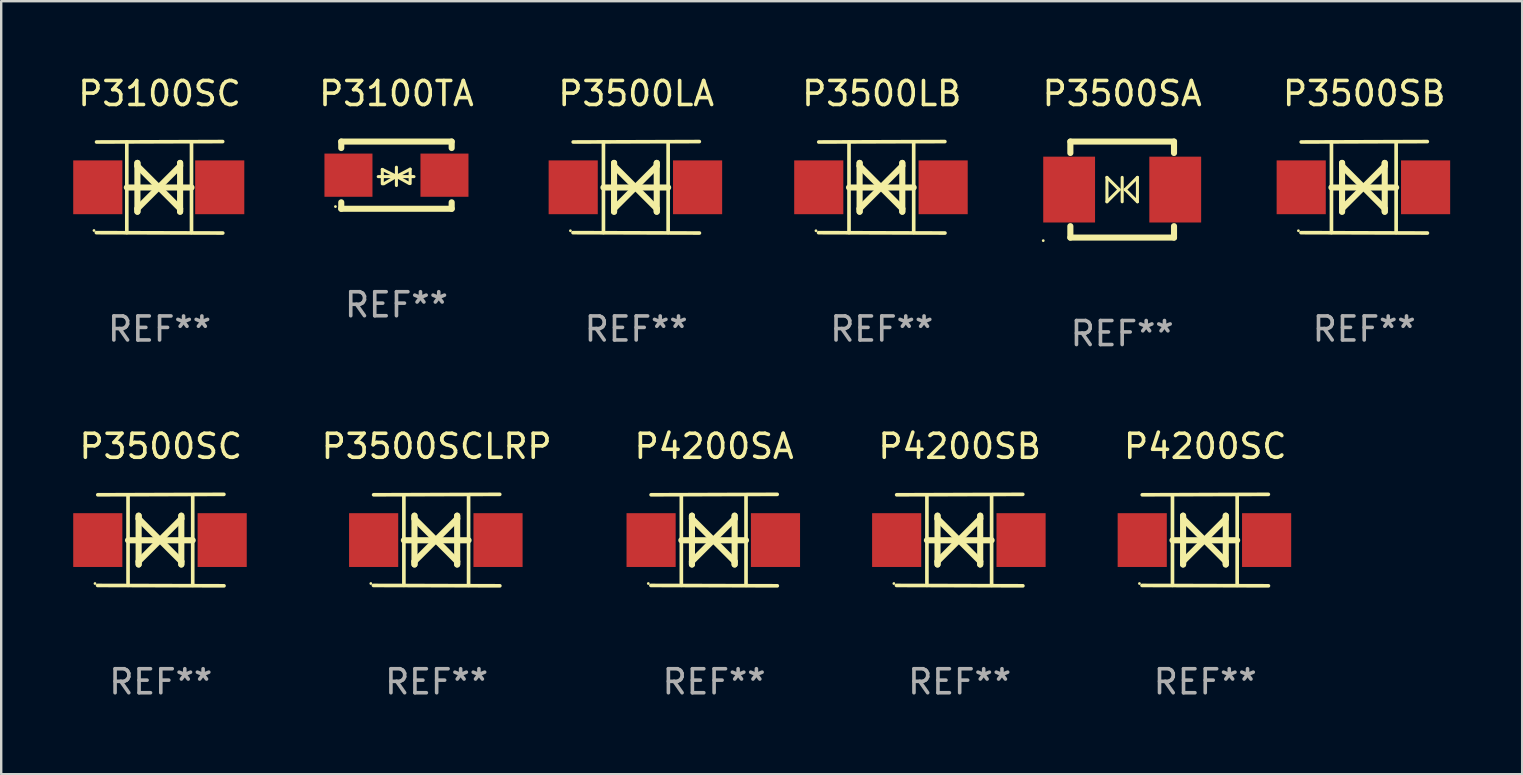
<source format=kicad_pcb>
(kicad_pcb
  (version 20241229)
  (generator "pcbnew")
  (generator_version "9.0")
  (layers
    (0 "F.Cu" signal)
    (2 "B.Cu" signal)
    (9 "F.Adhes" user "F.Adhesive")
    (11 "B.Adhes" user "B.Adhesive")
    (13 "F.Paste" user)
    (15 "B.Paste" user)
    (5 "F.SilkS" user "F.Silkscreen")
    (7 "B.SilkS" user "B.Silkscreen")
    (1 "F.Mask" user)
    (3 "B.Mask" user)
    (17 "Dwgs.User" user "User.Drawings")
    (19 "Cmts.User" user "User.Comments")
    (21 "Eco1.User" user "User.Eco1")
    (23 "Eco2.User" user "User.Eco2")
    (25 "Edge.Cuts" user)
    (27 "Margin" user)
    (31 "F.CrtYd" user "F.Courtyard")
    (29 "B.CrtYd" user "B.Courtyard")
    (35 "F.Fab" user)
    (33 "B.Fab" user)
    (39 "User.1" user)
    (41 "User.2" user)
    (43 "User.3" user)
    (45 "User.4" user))
  (footprint "P3500LA"
    (layer "F.Cu")
    (at 23.455 4.753)
    (property "Reference" "P3500LA" (at 0 -3.905 0) (layer "F.SilkS") (effects (font (size 1 1) (thickness 0.15))))
    (attr through_hole)
    (fp_line (start -1.365 1.886) (end -1.365 -1.886) (stroke (width 0.152) (type solid)) (layer "F.SilkS"))
    (fp_line (start -1.365 0.008) (end 1.33 0.008) (stroke (width 0.254) (type solid)) (layer "F.SilkS"))
    (fp_line (start -0.923 -1.016) (end -0.923 1.016) (stroke (width 0.254) (type solid)) (layer "F.SilkS"))
    (fp_line (start -0.923 -0.889) (end -0.923 -1.016) (stroke (width 0.254) (type solid)) (layer "F.SilkS"))
    (fp_line (start -0.923 0.889) (end -0.034 0) (stroke (width 0.254) (type solid)) (layer "F.SilkS"))
    (fp_line (start -0.923 1.016) (end -0.923 0.889) (stroke (width 0.254) (type solid)) (layer "F.SilkS"))
    (fp_line (start -0.034 0) (end -0.923 -0.889) (stroke (width 0.254) (type solid)) (layer "F.SilkS"))
    (fp_line (start -0.034 0) (end 0.855 0.889) (stroke (width 0.254) (type solid)) (layer "F.SilkS"))
    (fp_line (start 0.855 -1.016) (end 0.855 -0.889) (stroke (width 0.254) (type solid)) (layer "F.SilkS"))
    (fp_line (start 0.855 -0.889) (end -0.034 0) (stroke (width 0.254) (type solid)) (layer "F.SilkS"))
    (fp_line (start 0.855 0.889) (end 0.855 1.016) (stroke (width 0.254) (type solid)) (layer "F.SilkS"))
    (fp_line (start 0.855 1.016) (end 0.855 -1.016) (stroke (width 0.254) (type solid)) (layer "F.SilkS"))
    (fp_line (start 1.33 1.886) (end 1.33 -1.886) (stroke (width 0.152) (type solid)) (layer "F.SilkS"))
    (fp_line (start 2.629 -1.905) (end -2.625 -1.887) (stroke (width 0.152) (type solid)) (layer "F.SilkS"))
    (fp_line (start 2.633 1.905) (end -2.633 1.89) (stroke (width 0.152) (type solid)) (layer "F.SilkS"))
    (fp_circle (center -2.741 1.81) (end -2.711 1.81) (stroke (width 0.06) (type solid)) (fill no) (layer "F.SilkS"))
    (fp_text user "REF**" (at 0 5.905 0) (layer "F.Fab") (effects (font (size 1 1) (thickness 0.15))))
    (pad "1" smd rect (at -2.625 0) (size 2.047 2.241) (layers "F.Cu" "F.Mask" "F.Paste"))
    (pad "2" smd rect (at 2.557 0) (size 2.047 2.241) (layers "F.Cu" "F.Mask" "F.Paste")))
  (footprint "P3500SCLRP"
    (layer "F.Cu")
    (at 15.141 19.45)
    (property "Reference" "P3500SCLRP" (at 0 -3.905 0) (layer "F.SilkS") (effects (font (size 1 1) (thickness 0.15))))
    (attr through_hole)
    (fp_line (start -1.365 1.886) (end -1.365 -1.886) (stroke (width 0.152) (type solid)) (layer "F.SilkS"))
    (fp_line (start -1.365 0.008) (end 1.33 0.008) (stroke (width 0.254) (type solid)) (layer "F.SilkS"))
    (fp_line (start -0.923 -1.016) (end -0.923 1.016) (stroke (width 0.254) (type solid)) (layer "F.SilkS"))
    (fp_line (start -0.923 -0.889) (end -0.923 -1.016) (stroke (width 0.254) (type solid)) (layer "F.SilkS"))
    (fp_line (start -0.923 0.889) (end -0.034 0) (stroke (width 0.254) (type solid)) (layer "F.SilkS"))
    (fp_line (start -0.923 1.016) (end -0.923 0.889) (stroke (width 0.254) (type solid)) (layer "F.SilkS"))
    (fp_line (start -0.034 0) (end -0.923 -0.889) (stroke (width 0.254) (type solid)) (layer "F.SilkS"))
    (fp_line (start -0.034 0) (end 0.855 0.889) (stroke (width 0.254) (type solid)) (layer "F.SilkS"))
    (fp_line (start 0.855 -1.016) (end 0.855 -0.889) (stroke (width 0.254) (type solid)) (layer "F.SilkS"))
    (fp_line (start 0.855 -0.889) (end -0.034 0) (stroke (width 0.254) (type solid)) (layer "F.SilkS"))
    (fp_line (start 0.855 0.889) (end 0.855 1.016) (stroke (width 0.254) (type solid)) (layer "F.SilkS"))
    (fp_line (start 0.855 1.016) (end 0.855 -1.016) (stroke (width 0.254) (type solid)) (layer "F.SilkS"))
    (fp_line (start 1.33 1.886) (end 1.33 -1.886) (stroke (width 0.152) (type solid)) (layer "F.SilkS"))
    (fp_line (start 2.629 -1.905) (end -2.625 -1.887) (stroke (width 0.152) (type solid)) (layer "F.SilkS"))
    (fp_line (start 2.633 1.905) (end -2.633 1.89) (stroke (width 0.152) (type solid)) (layer "F.SilkS"))
    (fp_circle (center -2.741 1.81) (end -2.711 1.81) (stroke (width 0.06) (type solid)) (fill no) (layer "F.SilkS"))
    (fp_text user "REF**" (at 0 5.905 0) (layer "F.Fab") (effects (font (size 1 1) (thickness 0.15))))
    (pad "1" smd rect (at -2.625 0) (size 2.047 2.241) (layers "F.Cu" "F.Mask" "F.Paste"))
    (pad "2" smd rect (at 2.557 0) (size 2.047 2.241) (layers "F.Cu" "F.Mask" "F.Paste")))
  (footprint "P4200SC"
    (layer "F.Cu")
    (at 47.161 19.45)
    (property "Reference" "P4200SC" (at 0 -3.905 0) (layer "F.SilkS") (effects (font (size 1 1) (thickness 0.15))))
    (attr through_hole)
    (fp_line (start -1.365 1.886) (end -1.365 -1.886) (stroke (width 0.152) (type solid)) (layer "F.SilkS"))
    (fp_line (start -1.365 0.008) (end 1.33 0.008) (stroke (width 0.254) (type solid)) (layer "F.SilkS"))
    (fp_line (start -0.923 -1.016) (end -0.923 1.016) (stroke (width 0.254) (type solid)) (layer "F.SilkS"))
    (fp_line (start -0.923 -0.889) (end -0.923 -1.016) (stroke (width 0.254) (type solid)) (layer "F.SilkS"))
    (fp_line (start -0.923 0.889) (end -0.034 0) (stroke (width 0.254) (type solid)) (layer "F.SilkS"))
    (fp_line (start -0.923 1.016) (end -0.923 0.889) (stroke (width 0.254) (type solid)) (layer "F.SilkS"))
    (fp_line (start -0.034 0) (end -0.923 -0.889) (stroke (width 0.254) (type solid)) (layer "F.SilkS"))
    (fp_line (start -0.034 0) (end 0.855 0.889) (stroke (width 0.254) (type solid)) (layer "F.SilkS"))
    (fp_line (start 0.855 -1.016) (end 0.855 -0.889) (stroke (width 0.254) (type solid)) (layer "F.SilkS"))
    (fp_line (start 0.855 -0.889) (end -0.034 0) (stroke (width 0.254) (type solid)) (layer "F.SilkS"))
    (fp_line (start 0.855 0.889) (end 0.855 1.016) (stroke (width 0.254) (type solid)) (layer "F.SilkS"))
    (fp_line (start 0.855 1.016) (end 0.855 -1.016) (stroke (width 0.254) (type solid)) (layer "F.SilkS"))
    (fp_line (start 1.33 1.886) (end 1.33 -1.886) (stroke (width 0.152) (type solid)) (layer "F.SilkS"))
    (fp_line (start 2.629 -1.905) (end -2.625 -1.887) (stroke (width 0.152) (type solid)) (layer "F.SilkS"))
    (fp_line (start 2.633 1.905) (end -2.633 1.89) (stroke (width 0.152) (type solid)) (layer "F.SilkS"))
    (fp_circle (center -2.741 1.81) (end -2.711 1.81) (stroke (width 0.06) (type solid)) (fill no) (layer "F.SilkS"))
    (fp_text user "REF**" (at 0 5.905 0) (layer "F.Fab") (effects (font (size 1 1) (thickness 0.15))))
    (pad "1" smd rect (at -2.625 0) (size 2.047 2.241) (layers "F.Cu" "F.Mask" "F.Paste"))
    (pad "2" smd rect (at 2.557 0) (size 2.047 2.241) (layers "F.Cu" "F.Mask" "F.Paste")))
  (footprint "P4200SA"
    (layer "F.Cu")
    (at 26.7 19.45)
    (property "Reference" "P4200SA" (at 0 -3.905 0) (layer "F.SilkS") (effects (font (size 1 1) (thickness 0.15))))
    (attr through_hole)
    (fp_line (start -1.365 1.886) (end -1.365 -1.886) (stroke (width 0.152) (type solid)) (layer "F.SilkS"))
    (fp_line (start -1.365 0.008) (end 1.33 0.008) (stroke (width 0.254) (type solid)) (layer "F.SilkS"))
    (fp_line (start -0.923 -1.016) (end -0.923 1.016) (stroke (width 0.254) (type solid)) (layer "F.SilkS"))
    (fp_line (start -0.923 -0.889) (end -0.923 -1.016) (stroke (width 0.254) (type solid)) (layer "F.SilkS"))
    (fp_line (start -0.923 0.889) (end -0.034 0) (stroke (width 0.254) (type solid)) (layer "F.SilkS"))
    (fp_line (start -0.923 1.016) (end -0.923 0.889) (stroke (width 0.254) (type solid)) (layer "F.SilkS"))
    (fp_line (start -0.034 0) (end -0.923 -0.889) (stroke (width 0.254) (type solid)) (layer "F.SilkS"))
    (fp_line (start -0.034 0) (end 0.855 0.889) (stroke (width 0.254) (type solid)) (layer "F.SilkS"))
    (fp_line (start 0.855 -1.016) (end 0.855 -0.889) (stroke (width 0.254) (type solid)) (layer "F.SilkS"))
    (fp_line (start 0.855 -0.889) (end -0.034 0) (stroke (width 0.254) (type solid)) (layer "F.SilkS"))
    (fp_line (start 0.855 0.889) (end 0.855 1.016) (stroke (width 0.254) (type solid)) (layer "F.SilkS"))
    (fp_line (start 0.855 1.016) (end 0.855 -1.016) (stroke (width 0.254) (type solid)) (layer "F.SilkS"))
    (fp_line (start 1.33 1.886) (end 1.33 -1.886) (stroke (width 0.152) (type solid)) (layer "F.SilkS"))
    (fp_line (start 2.629 -1.905) (end -2.625 -1.887) (stroke (width 0.152) (type solid)) (layer "F.SilkS"))
    (fp_line (start 2.633 1.905) (end -2.633 1.89) (stroke (width 0.152) (type solid)) (layer "F.SilkS"))
    (fp_circle (center -2.741 1.81) (end -2.711 1.81) (stroke (width 0.06) (type solid)) (fill no) (layer "F.SilkS"))
    (fp_text user "REF**" (at 0 5.905 0) (layer "F.Fab") (effects (font (size 1 1) (thickness 0.15))))
    (pad "1" smd rect (at -2.625 0) (size 2.047 2.241) (layers "F.Cu" "F.Mask" "F.Paste"))
    (pad "2" smd rect (at 2.557 0) (size 2.047 2.241) (layers "F.Cu" "F.Mask" "F.Paste")))
  (footprint "P3500LB"
    (layer "F.Cu")
    (at 33.685 4.753)
    (property "Reference" "P3500LB" (at 0 -3.905 0) (layer "F.SilkS") (effects (font (size 1 1) (thickness 0.15))))
    (attr through_hole)
    (fp_line (start -1.365 1.886) (end -1.365 -1.886) (stroke (width 0.152) (type solid)) (layer "F.SilkS"))
    (fp_line (start -1.365 0.008) (end 1.33 0.008) (stroke (width 0.254) (type solid)) (layer "F.SilkS"))
    (fp_line (start -0.923 -1.016) (end -0.923 1.016) (stroke (width 0.254) (type solid)) (layer "F.SilkS"))
    (fp_line (start -0.923 -0.889) (end -0.923 -1.016) (stroke (width 0.254) (type solid)) (layer "F.SilkS"))
    (fp_line (start -0.923 0.889) (end -0.034 0) (stroke (width 0.254) (type solid)) (layer "F.SilkS"))
    (fp_line (start -0.923 1.016) (end -0.923 0.889) (stroke (width 0.254) (type solid)) (layer "F.SilkS"))
    (fp_line (start -0.034 0) (end -0.923 -0.889) (stroke (width 0.254) (type solid)) (layer "F.SilkS"))
    (fp_line (start -0.034 0) (end 0.855 0.889) (stroke (width 0.254) (type solid)) (layer "F.SilkS"))
    (fp_line (start 0.855 -1.016) (end 0.855 -0.889) (stroke (width 0.254) (type solid)) (layer "F.SilkS"))
    (fp_line (start 0.855 -0.889) (end -0.034 0) (stroke (width 0.254) (type solid)) (layer "F.SilkS"))
    (fp_line (start 0.855 0.889) (end 0.855 1.016) (stroke (width 0.254) (type solid)) (layer "F.SilkS"))
    (fp_line (start 0.855 1.016) (end 0.855 -1.016) (stroke (width 0.254) (type solid)) (layer "F.SilkS"))
    (fp_line (start 1.33 1.886) (end 1.33 -1.886) (stroke (width 0.152) (type solid)) (layer "F.SilkS"))
    (fp_line (start 2.629 -1.905) (end -2.625 -1.887) (stroke (width 0.152) (type solid)) (layer "F.SilkS"))
    (fp_line (start 2.633 1.905) (end -2.633 1.89) (stroke (width 0.152) (type solid)) (layer "F.SilkS"))
    (fp_circle (center -2.741 1.81) (end -2.711 1.81) (stroke (width 0.06) (type solid)) (fill no) (layer "F.SilkS"))
    (fp_text user "REF**" (at 0 5.905 0) (layer "F.Fab") (effects (font (size 1 1) (thickness 0.15))))
    (pad "1" smd rect (at -2.625 0) (size 2.047 2.241) (layers "F.Cu" "F.Mask" "F.Paste"))
    (pad "2" smd rect (at 2.557 0) (size 2.047 2.241) (layers "F.Cu" "F.Mask" "F.Paste")))
  (footprint "P4200SB"
    (layer "F.Cu")
    (at 36.931 19.45)
    (property "Reference" "P4200SB" (at 0 -3.905 0) (layer "F.SilkS") (effects (font (size 1 1) (thickness 0.15))))
    (attr through_hole)
    (fp_line (start -1.365 1.886) (end -1.365 -1.886) (stroke (width 0.152) (type solid)) (layer "F.SilkS"))
    (fp_line (start -1.365 0.008) (end 1.33 0.008) (stroke (width 0.254) (type solid)) (layer "F.SilkS"))
    (fp_line (start -0.923 -1.016) (end -0.923 1.016) (stroke (width 0.254) (type solid)) (layer "F.SilkS"))
    (fp_line (start -0.923 -0.889) (end -0.923 -1.016) (stroke (width 0.254) (type solid)) (layer "F.SilkS"))
    (fp_line (start -0.923 0.889) (end -0.034 0) (stroke (width 0.254) (type solid)) (layer "F.SilkS"))
    (fp_line (start -0.923 1.016) (end -0.923 0.889) (stroke (width 0.254) (type solid)) (layer "F.SilkS"))
    (fp_line (start -0.034 0) (end -0.923 -0.889) (stroke (width 0.254) (type solid)) (layer "F.SilkS"))
    (fp_line (start -0.034 0) (end 0.855 0.889) (stroke (width 0.254) (type solid)) (layer "F.SilkS"))
    (fp_line (start 0.855 -1.016) (end 0.855 -0.889) (stroke (width 0.254) (type solid)) (layer "F.SilkS"))
    (fp_line (start 0.855 -0.889) (end -0.034 0) (stroke (width 0.254) (type solid)) (layer "F.SilkS"))
    (fp_line (start 0.855 0.889) (end 0.855 1.016) (stroke (width 0.254) (type solid)) (layer "F.SilkS"))
    (fp_line (start 0.855 1.016) (end 0.855 -1.016) (stroke (width 0.254) (type solid)) (layer "F.SilkS"))
    (fp_line (start 1.33 1.886) (end 1.33 -1.886) (stroke (width 0.152) (type solid)) (layer "F.SilkS"))
    (fp_line (start 2.629 -1.905) (end -2.625 -1.887) (stroke (width 0.152) (type solid)) (layer "F.SilkS"))
    (fp_line (start 2.633 1.905) (end -2.633 1.89) (stroke (width 0.152) (type solid)) (layer "F.SilkS"))
    (fp_circle (center -2.741 1.81) (end -2.711 1.81) (stroke (width 0.06) (type solid)) (fill no) (layer "F.SilkS"))
    (fp_text user "REF**" (at 0 5.905 0) (layer "F.Fab") (effects (font (size 1 1) (thickness 0.15))))
    (pad "1" smd rect (at -2.625 0) (size 2.047 2.241) (layers "F.Cu" "F.Mask" "F.Paste"))
    (pad "2" smd rect (at 2.557 0) (size 2.047 2.241) (layers "F.Cu" "F.Mask" "F.Paste")))
  (footprint "P3500SA"
    (layer "F.Cu")
    (at 43.701 4.848)
    (property "Reference" "P3500SA" (at 0 -4 0) (layer "F.SilkS") (effects (font (size 1 1) (thickness 0.15))))
    (attr through_hole)
    (fp_line (start -2.159 -2) (end 2.159 -2) (stroke (width 0.254) (type solid)) (layer "F.SilkS"))
    (fp_line (start -2.159 -1.524) (end -2.159 -2) (stroke (width 0.254) (type solid)) (layer "F.SilkS"))
    (fp_line (start -2.159 1.524) (end -2.159 2) (stroke (width 0.254) (type solid)) (layer "F.SilkS"))
    (fp_line (start -2.159 2) (end 2.159 2) (stroke (width 0.254) (type solid)) (layer "F.SilkS"))
    (fp_line (start -0.635 -0.508) (end -0.127 0) (stroke (width 0.127) (type solid)) (layer "F.SilkS"))
    (fp_line (start -0.635 0.508) (end -0.635 -0.508) (stroke (width 0.127) (type solid)) (layer "F.SilkS"))
    (fp_line (start -0.127 0) (end -0.635 0.508) (stroke (width 0.127) (type solid)) (layer "F.SilkS"))
    (fp_line (start 0 0.508) (end 0 -0.508) (stroke (width 0.127) (type solid)) (layer "F.SilkS"))
    (fp_line (start 0.127 0) (end 0.635 -0.508) (stroke (width 0.127) (type solid)) (layer "F.SilkS"))
    (fp_line (start 0.635 -0.508) (end 0.635 0.508) (stroke (width 0.127) (type solid)) (layer "F.SilkS"))
    (fp_line (start 0.635 0.508) (end 0.127 0) (stroke (width 0.127) (type solid)) (layer "F.SilkS"))
    (fp_line (start 2.159 -2) (end 2.159 -1.524) (stroke (width 0.254) (type solid)) (layer "F.SilkS"))
    (fp_line (start 2.159 2) (end 2.159 1.524) (stroke (width 0.254) (type solid)) (layer "F.SilkS"))
    (fp_circle (center -3.289 2.127) (end -3.259 2.127) (stroke (width 0.06) (type solid)) (fill no) (layer "F.SilkS"))
    (fp_text user "REF**" (at 0 6 0) (layer "F.Fab") (effects (font (size 1 1) (thickness 0.15))))
    (pad "1" smd rect (at -2.21 0 180) (size 2.159 2.743) (layers "F.Cu" "F.Mask" "F.Paste"))
    (pad "2" smd rect (at 2.21 0 180) (size 2.159 2.743) (layers "F.Cu" "F.Mask" "F.Paste")))
  (footprint "P3100SC"
    (layer "F.Cu")
    (at 3.598 4.753)
    (property "Reference" "P3100SC" (at 0 -3.905 0) (layer "F.SilkS") (effects (font (size 1 1) (thickness 0.15))))
    (attr through_hole)
    (fp_line (start -1.365 1.886) (end -1.365 -1.886) (stroke (width 0.152) (type solid)) (layer "F.SilkS"))
    (fp_line (start -1.365 0.008) (end 1.33 0.008) (stroke (width 0.254) (type solid)) (layer "F.SilkS"))
    (fp_line (start -0.923 -1.016) (end -0.923 1.016) (stroke (width 0.254) (type solid)) (layer "F.SilkS"))
    (fp_line (start -0.923 -0.889) (end -0.923 -1.016) (stroke (width 0.254) (type solid)) (layer "F.SilkS"))
    (fp_line (start -0.923 0.889) (end -0.034 0) (stroke (width 0.254) (type solid)) (layer "F.SilkS"))
    (fp_line (start -0.923 1.016) (end -0.923 0.889) (stroke (width 0.254) (type solid)) (layer "F.SilkS"))
    (fp_line (start -0.034 0) (end -0.923 -0.889) (stroke (width 0.254) (type solid)) (layer "F.SilkS"))
    (fp_line (start -0.034 0) (end 0.855 0.889) (stroke (width 0.254) (type solid)) (layer "F.SilkS"))
    (fp_line (start 0.855 -1.016) (end 0.855 -0.889) (stroke (width 0.254) (type solid)) (layer "F.SilkS"))
    (fp_line (start 0.855 -0.889) (end -0.034 0) (stroke (width 0.254) (type solid)) (layer "F.SilkS"))
    (fp_line (start 0.855 0.889) (end 0.855 1.016) (stroke (width 0.254) (type solid)) (layer "F.SilkS"))
    (fp_line (start 0.855 1.016) (end 0.855 -1.016) (stroke (width 0.254) (type solid)) (layer "F.SilkS"))
    (fp_line (start 1.33 1.886) (end 1.33 -1.886) (stroke (width 0.152) (type solid)) (layer "F.SilkS"))
    (fp_line (start 2.629 -1.905) (end -2.625 -1.887) (stroke (width 0.152) (type solid)) (layer "F.SilkS"))
    (fp_line (start 2.633 1.905) (end -2.633 1.89) (stroke (width 0.152) (type solid)) (layer "F.SilkS"))
    (fp_circle (center -2.732 1.8) (end -2.702 1.8) (stroke (width 0.06) (type solid)) (fill no) (layer "F.SilkS"))
    (fp_text user "REF**" (at 0 5.905 0) (layer "F.Fab") (effects (font (size 1 1) (thickness 0.15))))
    (pad "1" smd rect (at -2.574 0) (size 2.047 2.241) (layers "F.Cu" "F.Mask" "F.Paste"))
    (pad "2" smd rect (at 2.506 0) (size 2.047 2.241) (layers "F.Cu" "F.Mask" "F.Paste")))
  (footprint "P3100TA"
    (layer "F.Cu")
    (at 13.467 4.248)
    (property "Reference" "P3100TA" (at 0 -3.4 0) (layer "F.SilkS") (effects (font (size 1 1) (thickness 0.15))))
    (attr through_hole)
    (fp_line (start -2.3 -1.4) (end -2.3 -1.131) (stroke (width 0.254) (type solid)) (layer "F.SilkS"))
    (fp_line (start -2.3 -1.4) (end 2.3 -1.4) (stroke (width 0.254) (type solid)) (layer "F.SilkS"))
    (fp_line (start -2.3 1.131) (end -2.3 1.4) (stroke (width 0.254) (type solid)) (layer "F.SilkS"))
    (fp_line (start -2.3 1.4) (end 2.3 1.4) (stroke (width 0.254) (type solid)) (layer "F.SilkS"))
    (fp_line (start -0.76 0.06) (end 0.73 0.06) (stroke (width 0.127) (type solid)) (layer "F.SilkS"))
    (fp_line (start -0.59 -0.24) (end -0.59 0.36) (stroke (width 0.127) (type solid)) (layer "F.SilkS"))
    (fp_line (start -0.59 -0.24) (end -0.002 0.049) (stroke (width 0.127) (type solid)) (layer "F.SilkS"))
    (fp_line (start -0.53 0.36) (end -0.002 0.049) (stroke (width 0.127) (type solid)) (layer "F.SilkS"))
    (fp_line (start -0.002 0.049) (end -0.002 -0.332) (stroke (width 0.127) (type solid)) (layer "F.SilkS"))
    (fp_line (start -0.002 0.049) (end -0.002 0.43) (stroke (width 0.127) (type solid)) (layer "F.SilkS"))
    (fp_line (start 0.54 0.35) (end -0.002 0.049) (stroke (width 0.127) (type solid)) (layer "F.SilkS"))
    (fp_line (start 0.57 -0.25) (end -0.002 0.049) (stroke (width 0.127) (type solid)) (layer "F.SilkS"))
    (fp_line (start 0.57 -0.25) (end 0.57 0.35) (stroke (width 0.127) (type solid)) (layer "F.SilkS"))
    (fp_line (start 2.3 -1.4) (end 2.3 -1.131) (stroke (width 0.254) (type solid)) (layer "F.SilkS"))
    (fp_line (start 2.3 1.131) (end 2.3 1.4) (stroke (width 0.254) (type solid)) (layer "F.SilkS"))
    (fp_circle (center -2.542 1.308) (end -2.512 1.308) (stroke (width 0.06) (type solid)) (fill no) (layer "F.SilkS"))
    (fp_text user "REF**" (at 0 5.4 0) (layer "F.Fab") (effects (font (size 1 1) (thickness 0.15))))
    (pad "1" smd rect (at -2 0) (size 2 1.8) (layers "F.Cu" "F.Mask" "F.Paste"))
    (pad "2" smd rect (at 2 0) (size 2 1.8) (layers "F.Cu" "F.Mask" "F.Paste")))
  (footprint "P3500SB"
    (layer "F.Cu")
    (at 53.784 4.753)
    (property "Reference" "P3500SB" (at 0 -3.905 0) (layer "F.SilkS") (effects (font (size 1 1) (thickness 0.15))))
    (attr through_hole)
    (fp_line (start -1.365 1.886) (end -1.365 -1.886) (stroke (width 0.152) (type solid)) (layer "F.SilkS"))
    (fp_line (start -1.365 0.008) (end 1.33 0.008) (stroke (width 0.254) (type solid)) (layer "F.SilkS"))
    (fp_line (start -0.923 -1.016) (end -0.923 1.016) (stroke (width 0.254) (type solid)) (layer "F.SilkS"))
    (fp_line (start -0.923 -0.889) (end -0.923 -1.016) (stroke (width 0.254) (type solid)) (layer "F.SilkS"))
    (fp_line (start -0.923 0.889) (end -0.034 0) (stroke (width 0.254) (type solid)) (layer "F.SilkS"))
    (fp_line (start -0.923 1.016) (end -0.923 0.889) (stroke (width 0.254) (type solid)) (layer "F.SilkS"))
    (fp_line (start -0.034 0) (end -0.923 -0.889) (stroke (width 0.254) (type solid)) (layer "F.SilkS"))
    (fp_line (start -0.034 0) (end 0.855 0.889) (stroke (width 0.254) (type solid)) (layer "F.SilkS"))
    (fp_line (start 0.855 -1.016) (end 0.855 -0.889) (stroke (width 0.254) (type solid)) (layer "F.SilkS"))
    (fp_line (start 0.855 -0.889) (end -0.034 0) (stroke (width 0.254) (type solid)) (layer "F.SilkS"))
    (fp_line (start 0.855 0.889) (end 0.855 1.016) (stroke (width 0.254) (type solid)) (layer "F.SilkS"))
    (fp_line (start 0.855 1.016) (end 0.855 -1.016) (stroke (width 0.254) (type solid)) (layer "F.SilkS"))
    (fp_line (start 1.33 1.886) (end 1.33 -1.886) (stroke (width 0.152) (type solid)) (layer "F.SilkS"))
    (fp_line (start 2.629 -1.905) (end -2.625 -1.887) (stroke (width 0.152) (type solid)) (layer "F.SilkS"))
    (fp_line (start 2.633 1.905) (end -2.633 1.89) (stroke (width 0.152) (type solid)) (layer "F.SilkS"))
    (fp_circle (center -2.741 1.81) (end -2.711 1.81) (stroke (width 0.06) (type solid)) (fill no) (layer "F.SilkS"))
    (fp_text user "REF**" (at 0 5.905 0) (layer "F.Fab") (effects (font (size 1 1) (thickness 0.15))))
    (pad "1" smd rect (at -2.625 0) (size 2.047 2.241) (layers "F.Cu" "F.Mask" "F.Paste"))
    (pad "2" smd rect (at 2.557 0) (size 2.047 2.241) (layers "F.Cu" "F.Mask" "F.Paste")))
  (footprint "P3500SC"
    (layer "F.Cu")
    (at 3.649 19.45)
    (property "Reference" "P3500SC" (at 0 -3.905 0) (layer "F.SilkS") (effects (font (size 1 1) (thickness 0.15))))
    (attr through_hole)
    (fp_line (start -1.365 1.886) (end -1.365 -1.886) (stroke (width 0.152) (type solid)) (layer "F.SilkS"))
    (fp_line (start -1.365 0.008) (end 1.33 0.008) (stroke (width 0.254) (type solid)) (layer "F.SilkS"))
    (fp_line (start -0.923 -1.016) (end -0.923 1.016) (stroke (width 0.254) (type solid)) (layer "F.SilkS"))
    (fp_line (start -0.923 -0.889) (end -0.923 -1.016) (stroke (width 0.254) (type solid)) (layer "F.SilkS"))
    (fp_line (start -0.923 0.889) (end -0.034 0) (stroke (width 0.254) (type solid)) (layer "F.SilkS"))
    (fp_line (start -0.923 1.016) (end -0.923 0.889) (stroke (width 0.254) (type solid)) (layer "F.SilkS"))
    (fp_line (start -0.034 0) (end -0.923 -0.889) (stroke (width 0.254) (type solid)) (layer "F.SilkS"))
    (fp_line (start -0.034 0) (end 0.855 0.889) (stroke (width 0.254) (type solid)) (layer "F.SilkS"))
    (fp_line (start 0.855 -1.016) (end 0.855 -0.889) (stroke (width 0.254) (type solid)) (layer "F.SilkS"))
    (fp_line (start 0.855 -0.889) (end -0.034 0) (stroke (width 0.254) (type solid)) (layer "F.SilkS"))
    (fp_line (start 0.855 0.889) (end 0.855 1.016) (stroke (width 0.254) (type solid)) (layer "F.SilkS"))
    (fp_line (start 0.855 1.016) (end 0.855 -1.016) (stroke (width 0.254) (type solid)) (layer "F.SilkS"))
    (fp_line (start 1.33 1.886) (end 1.33 -1.886) (stroke (width 0.152) (type solid)) (layer "F.SilkS"))
    (fp_line (start 2.629 -1.905) (end -2.625 -1.887) (stroke (width 0.152) (type solid)) (layer "F.SilkS"))
    (fp_line (start 2.633 1.905) (end -2.633 1.89) (stroke (width 0.152) (type solid)) (layer "F.SilkS"))
    (fp_circle (center -2.741 1.81) (end -2.711 1.81) (stroke (width 0.06) (type solid)) (fill no) (layer "F.SilkS"))
    (fp_text user "REF**" (at 0 5.905 0) (layer "F.Fab") (effects (font (size 1 1) (thickness 0.15))))
    (pad "1" smd rect (at -2.625 0) (size 2.047 2.241) (layers "F.Cu" "F.Mask" "F.Paste"))
    (pad "2" smd rect (at 2.557 0) (size 2.047 2.241) (layers "F.Cu" "F.Mask" "F.Paste")))
  (gr_rect
    (start -3 -3)
    (end 60.365 29.203)
    (stroke (width 0.1) (type default))
    (fill no)
    (layer "Edge.Cuts")))
</source>
